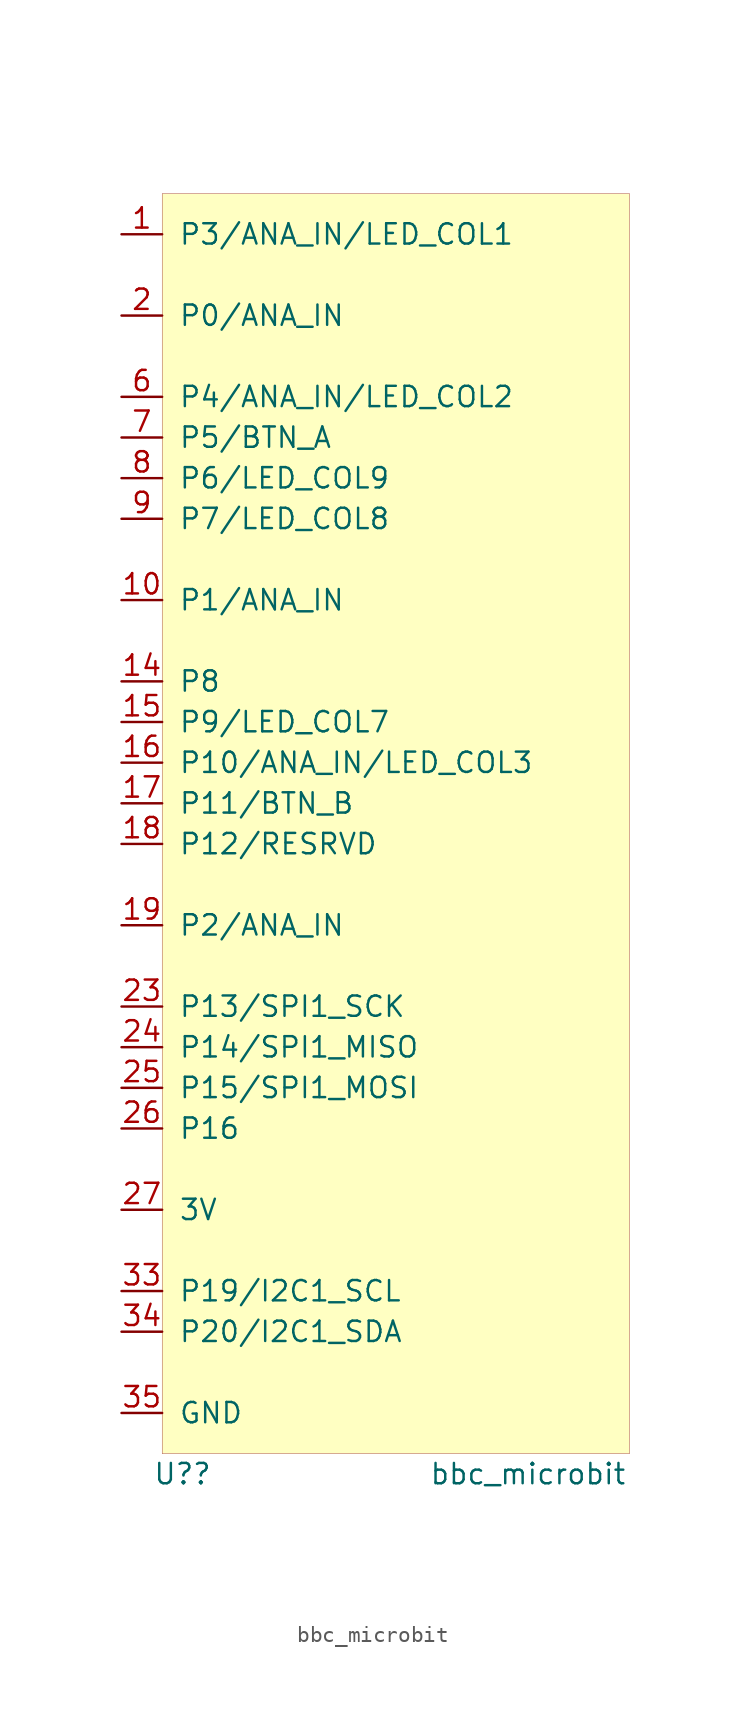
<source format=kicad_sym>
(kicad_symbol_lib
  (version 20200820)
  (host kicad_symbol_editor "5.99.0-unknown-cd54ba7b0~103~ubuntu20.04.1")
  (symbol "bbc_microbit:bbc_microbit"
    (pin_names
      (offset 1.016))
    (property "Reference" "U?"
      (at -13.97 -40.64 0)
      (effects (font (size 1.27 1.27))))
    (property "Value" "bbc_microbit"
      (at 7.62 -40.64 0)
      (effects (font (size 1.27 1.27))))
    (symbol "bbc_microbit_0_1"
      (rectangle (start -15.24 39.37) (end 13.97 -39.37) (stroke (width 0.001)) (fill (type background))))
    (symbol "bbc_microbit_1_1"
      (pin bidirectional line (at -17.78 36.83 0) (length 2.54) (name "P3/ANA_IN/LED_COL1" (effects (font (size 1.27 1.27)))) (number "1" (effects (font (size 1.27 1.27)))))
      (pin bidirectional line (at -17.78 31.75 0) (length 2.54) (name "P0/ANA_IN" (effects (font (size 1.27 1.27)))) (number "2" (effects (font (size 1.27 1.27)))))
      (pin passive line (at -17.78 31.75 0) (length 2.54) hide (name "P0/ANA_IN" (effects (font (size 1.27 1.27)))) (number "3" (effects (font (size 1.27 1.27)))))
      (pin passive line (at -17.78 31.75 0) (length 2.54) hide (name "P0/ANA_IN" (effects (font (size 1.27 1.27)))) (number "4" (effects (font (size 1.27 1.27)))))
      (pin passive line (at -17.78 31.75 0) (length 2.54) hide (name "P0/ANA_IN" (effects (font (size 1.27 1.27)))) (number "5" (effects (font (size 1.27 1.27)))))
      (pin bidirectional line (at -17.78 26.67 0) (length 2.54) (name "P4/ANA_IN/LED_COL2" (effects (font (size 1.27 1.27)))) (number "6" (effects (font (size 1.27 1.27)))))
      (pin bidirectional line (at -17.78 24.13 0) (length 2.54) (name "P5/BTN_A" (effects (font (size 1.27 1.27)))) (number "7" (effects (font (size 1.27 1.27)))))
      (pin bidirectional line (at -17.78 21.59 0) (length 2.54) (name "P6/LED_COL9" (effects (font (size 1.27 1.27)))) (number "8" (effects (font (size 1.27 1.27)))))
      (pin bidirectional line (at -17.78 19.05 0) (length 2.54) (name "P7/LED_COL8" (effects (font (size 1.27 1.27)))) (number "9" (effects (font (size 1.27 1.27)))))
      (pin passive line (at -17.78 13.97 0) (length 2.54) hide (name "P1/ANA_IN" (effects (font (size 1.27 1.27)))) (number "13" (effects (font (size 1.27 1.27)))))
      (pin passive line (at -17.78 13.97 0) (length 2.54) hide (name "P1/ANA_IN" (effects (font (size 1.27 1.27)))) (number "12" (effects (font (size 1.27 1.27)))))
      (pin bidirectional line (at -17.78 13.97 0) (length 2.54) (name "P1/ANA_IN" (effects (font (size 1.27 1.27)))) (number "10" (effects (font (size 1.27 1.27)))))
      (pin passive line (at -17.78 13.97 0) (length 2.54) hide (name "P1/ANA_IN" (effects (font (size 1.27 1.27)))) (number "11" (effects (font (size 1.27 1.27)))))
      (pin bidirectional line (at -17.78 8.89 0) (length 2.54) (name "P8" (effects (font (size 1.27 1.27)))) (number "14" (effects (font (size 1.27 1.27)))))
      (pin bidirectional line (at -17.78 6.35 0) (length 2.54) (name "P9/LED_COL7" (effects (font (size 1.27 1.27)))) (number "15" (effects (font (size 1.27 1.27)))))
      (pin bidirectional line (at -17.78 3.81 0) (length 2.54) (name "P10/ANA_IN/LED_COL3" (effects (font (size 1.27 1.27)))) (number "16" (effects (font (size 1.27 1.27)))))
      (pin bidirectional line (at -17.78 1.27 0) (length 2.54) (name "P11/BTN_B" (effects (font (size 1.27 1.27)))) (number "17" (effects (font (size 1.27 1.27)))))
      (pin bidirectional line (at -17.78 -1.27 0) (length 2.54) (name "P12/RESRVD" (effects (font (size 1.27 1.27)))) (number "18" (effects (font (size 1.27 1.27)))))
      (pin bidirectional line (at -17.78 -6.35 0) (length 2.54) (name "P2/ANA_IN" (effects (font (size 1.27 1.27)))) (number "19" (effects (font (size 1.27 1.27)))))
      (pin passive line (at -17.78 -6.35 0) (length 2.54) hide (name "P2/ANA_IN" (effects (font (size 1.27 1.27)))) (number "20" (effects (font (size 1.27 1.27)))))
      (pin passive line (at -17.78 -6.35 0) (length 2.54) hide (name "P2/ANA_IN" (effects (font (size 1.27 1.27)))) (number "21" (effects (font (size 1.27 1.27)))))
      (pin passive line (at -17.78 -6.35 0) (length 2.54) hide (name "P2/ANA_IN" (effects (font (size 1.27 1.27)))) (number "22" (effects (font (size 1.27 1.27)))))
      (pin bidirectional line (at -17.78 -11.43 0) (length 2.54) (name "P13/SPI1_SCK" (effects (font (size 1.27 1.27)))) (number "23" (effects (font (size 1.27 1.27)))))
      (pin bidirectional line (at -17.78 -13.97 0) (length 2.54) (name "P14/SPI1_MISO" (effects (font (size 1.27 1.27)))) (number "24" (effects (font (size 1.27 1.27)))))
      (pin bidirectional line (at -17.78 -16.51 0) (length 2.54) (name "P15/SPI1_MOSI" (effects (font (size 1.27 1.27)))) (number "25" (effects (font (size 1.27 1.27)))))
      (pin bidirectional line (at -17.78 -19.05 0) (length 2.54) (name "P16" (effects (font (size 1.27 1.27)))) (number "26" (effects (font (size 1.27 1.27)))))
      (pin passive line (at -17.78 -24.13 0) (length 2.54) hide (name "3V" (effects (font (size 1.27 1.27)))) (number "29" (effects (font (size 1.27 1.27)))))
      (pin passive line (at -17.78 -24.13 0) (length 2.54) hide (name "3V" (effects (font (size 1.27 1.27)))) (number "30" (effects (font (size 1.27 1.27)))))
      (pin passive line (at -17.78 -24.13 0) (length 2.54) hide (name "3V" (effects (font (size 1.27 1.27)))) (number "28" (effects (font (size 1.27 1.27)))))
      (pin bidirectional line (at -17.78 -24.13 0) (length 2.54) (name "3V" (effects (font (size 1.27 1.27)))) (number "27" (effects (font (size 1.27 1.27)))))
      (pin passive line (at -17.78 -24.13 0) (length 2.54) hide (name "3V" (effects (font (size 1.27 1.27)))) (number "31" (effects (font (size 1.27 1.27)))))
      (pin passive line (at -17.78 -24.13 0) (length 2.54) hide (name "3V" (effects (font (size 1.27 1.27)))) (number "32" (effects (font (size 1.27 1.27)))))
      (pin bidirectional line (at -17.78 -29.21 0) (length 2.54) (name "P19/I2C1_SCL" (effects (font (size 1.27 1.27)))) (number "33" (effects (font (size 1.27 1.27)))))
      (pin bidirectional line (at -17.78 -31.75 0) (length 2.54) (name "P20/I2C1_SDA" (effects (font (size 1.27 1.27)))) (number "34" (effects (font (size 1.27 1.27)))))
      (pin passive line (at -17.78 -36.83 0) (length 2.54) hide (name "GND" (effects (font (size 1.27 1.27)))) (number "36" (effects (font (size 1.27 1.27)))))
      (pin bidirectional line (at -17.78 -36.83 0) (length 2.54) (name "GND" (effects (font (size 1.27 1.27)))) (number "35" (effects (font (size 1.27 1.27)))))
      (pin passive line (at -17.78 -36.83 0) (length 2.54) hide (name "GND" (effects (font (size 1.27 1.27)))) (number "38" (effects (font (size 1.27 1.27)))))
      (pin passive line (at -17.78 -36.83 0) (length 2.54) hide (name "GND" (effects (font (size 1.27 1.27)))) (number "39" (effects (font (size 1.27 1.27)))))
      (pin passive line (at -17.78 -36.83 0) (length 2.54) hide (name "GND" (effects (font (size 1.27 1.27)))) (number "37" (effects (font (size 1.27 1.27)))))
      (pin passive line (at -17.78 -36.83 0) (length 2.54) hide (name "GND" (effects (font (size 1.27 1.27)))) (number "40" (effects (font (size 1.27 1.27))))))))
</source>
